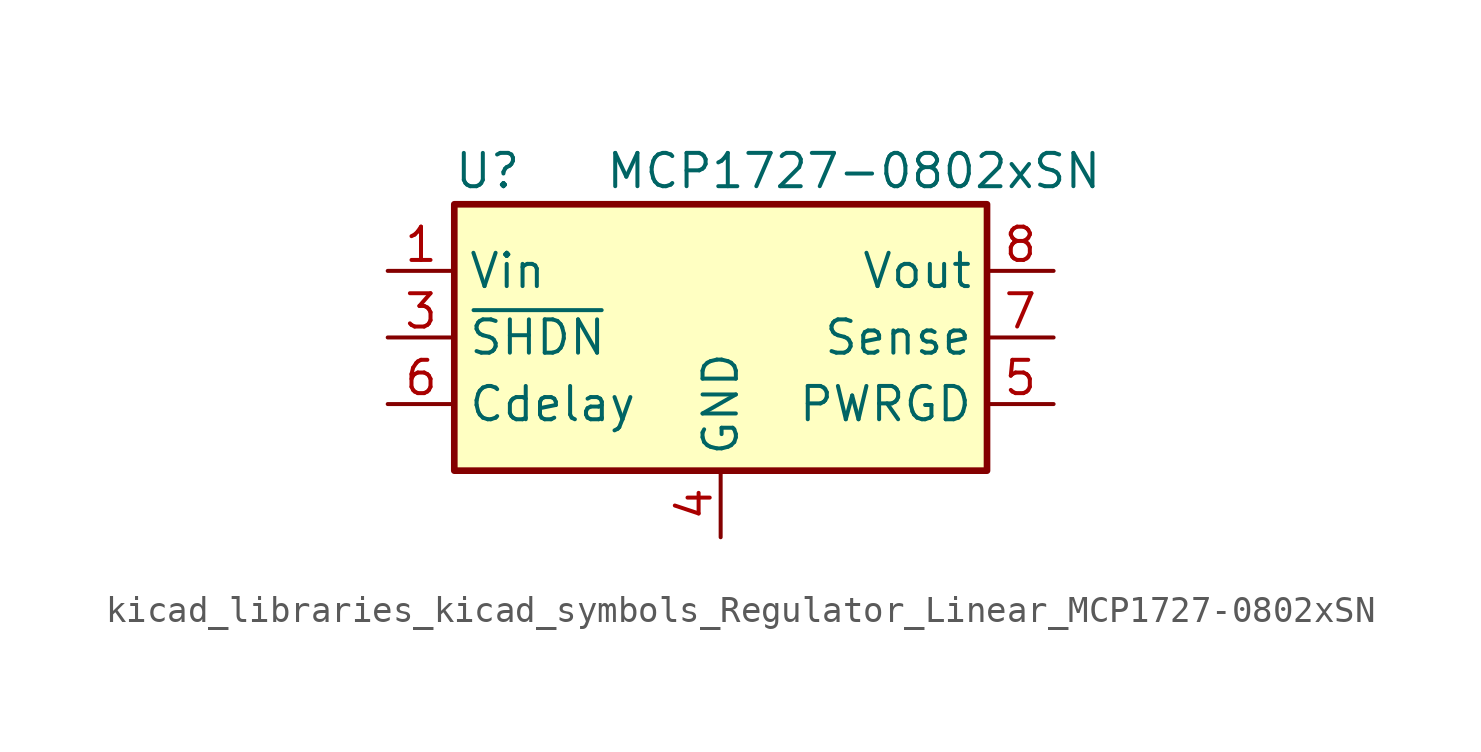
<source format=kicad_sym>
(kicad_symbol_lib
  (version 20220914)
  (generator kicad_symbol_editor)
  (symbol "kicad_libraries_kicad_symbols_Regulator_Linear_MCP1727-0802xSN"
    (property "Reference" "U"
      (at -8.89 6.35 0)
      (effects (font (size 1.27 1.27))))
    (property "Value" "MCP1727-0802xSN"
      (at 5.08 6.35 0)
      (effects (font (size 1.27 1.27))))
    (symbol "kicad_libraries_kicad_symbols_Regulator_Linear_MCP1727-0802xSN_0_0"
      (pin open_collector line (at 12.7 -2.54 180) (length 2.54) (name "PWRGD" (effects (font (size 1.27 1.27)))) (number "5" (effects (font (size 1.27 1.27)))))
      (pin input line (at -12.7 -2.54 0) (length 2.54) (name "Cdelay" (effects (font (size 1.27 1.27)))) (number "6" (effects (font (size 1.27 1.27)))))
      (pin input line (at 12.7 0 180) (length 2.54) (name "Sense" (effects (font (size 1.27 1.27)))) (number "7" (effects (font (size 1.27 1.27)))))
      (pin power_out line (at 12.7 2.54 180) (length 2.54) (name "Vout" (effects (font (size 1.27 1.27)))) (number "8" (effects (font (size 1.27 1.27))))))
    (symbol "kicad_libraries_kicad_symbols_Regulator_Linear_MCP1727-0802xSN_0_1"
      (rectangle (start -10.16 5.08) (end 10.16 -5.08) (stroke (width 0.254) (type default)) (fill (type background))))
    (symbol "kicad_libraries_kicad_symbols_Regulator_Linear_MCP1727-0802xSN_1_1"
      (pin power_in line (at -12.7 2.54 0) (length 2.54) (name "Vin" (effects (font (size 1.27 1.27)))) (number "1" (effects (font (size 1.27 1.27)))))
      (pin passive line (at -12.7 2.54 0) (length 2.54) hide (name "Vin" (effects (font (size 1.27 1.27)))) (number "2" (effects (font (size 1.27 1.27)))))
      (pin input line (at -12.7 0 0) (length 2.54) (name "~{SHDN}" (effects (font (size 1.27 1.27)))) (number "3" (effects (font (size 1.27 1.27)))))
      (pin power_in line (at 0 -7.62 90) (length 2.54) (name "GND" (effects (font (size 1.27 1.27)))) (number "4" (effects (font (size 1.27 1.27))))))))
</source>
